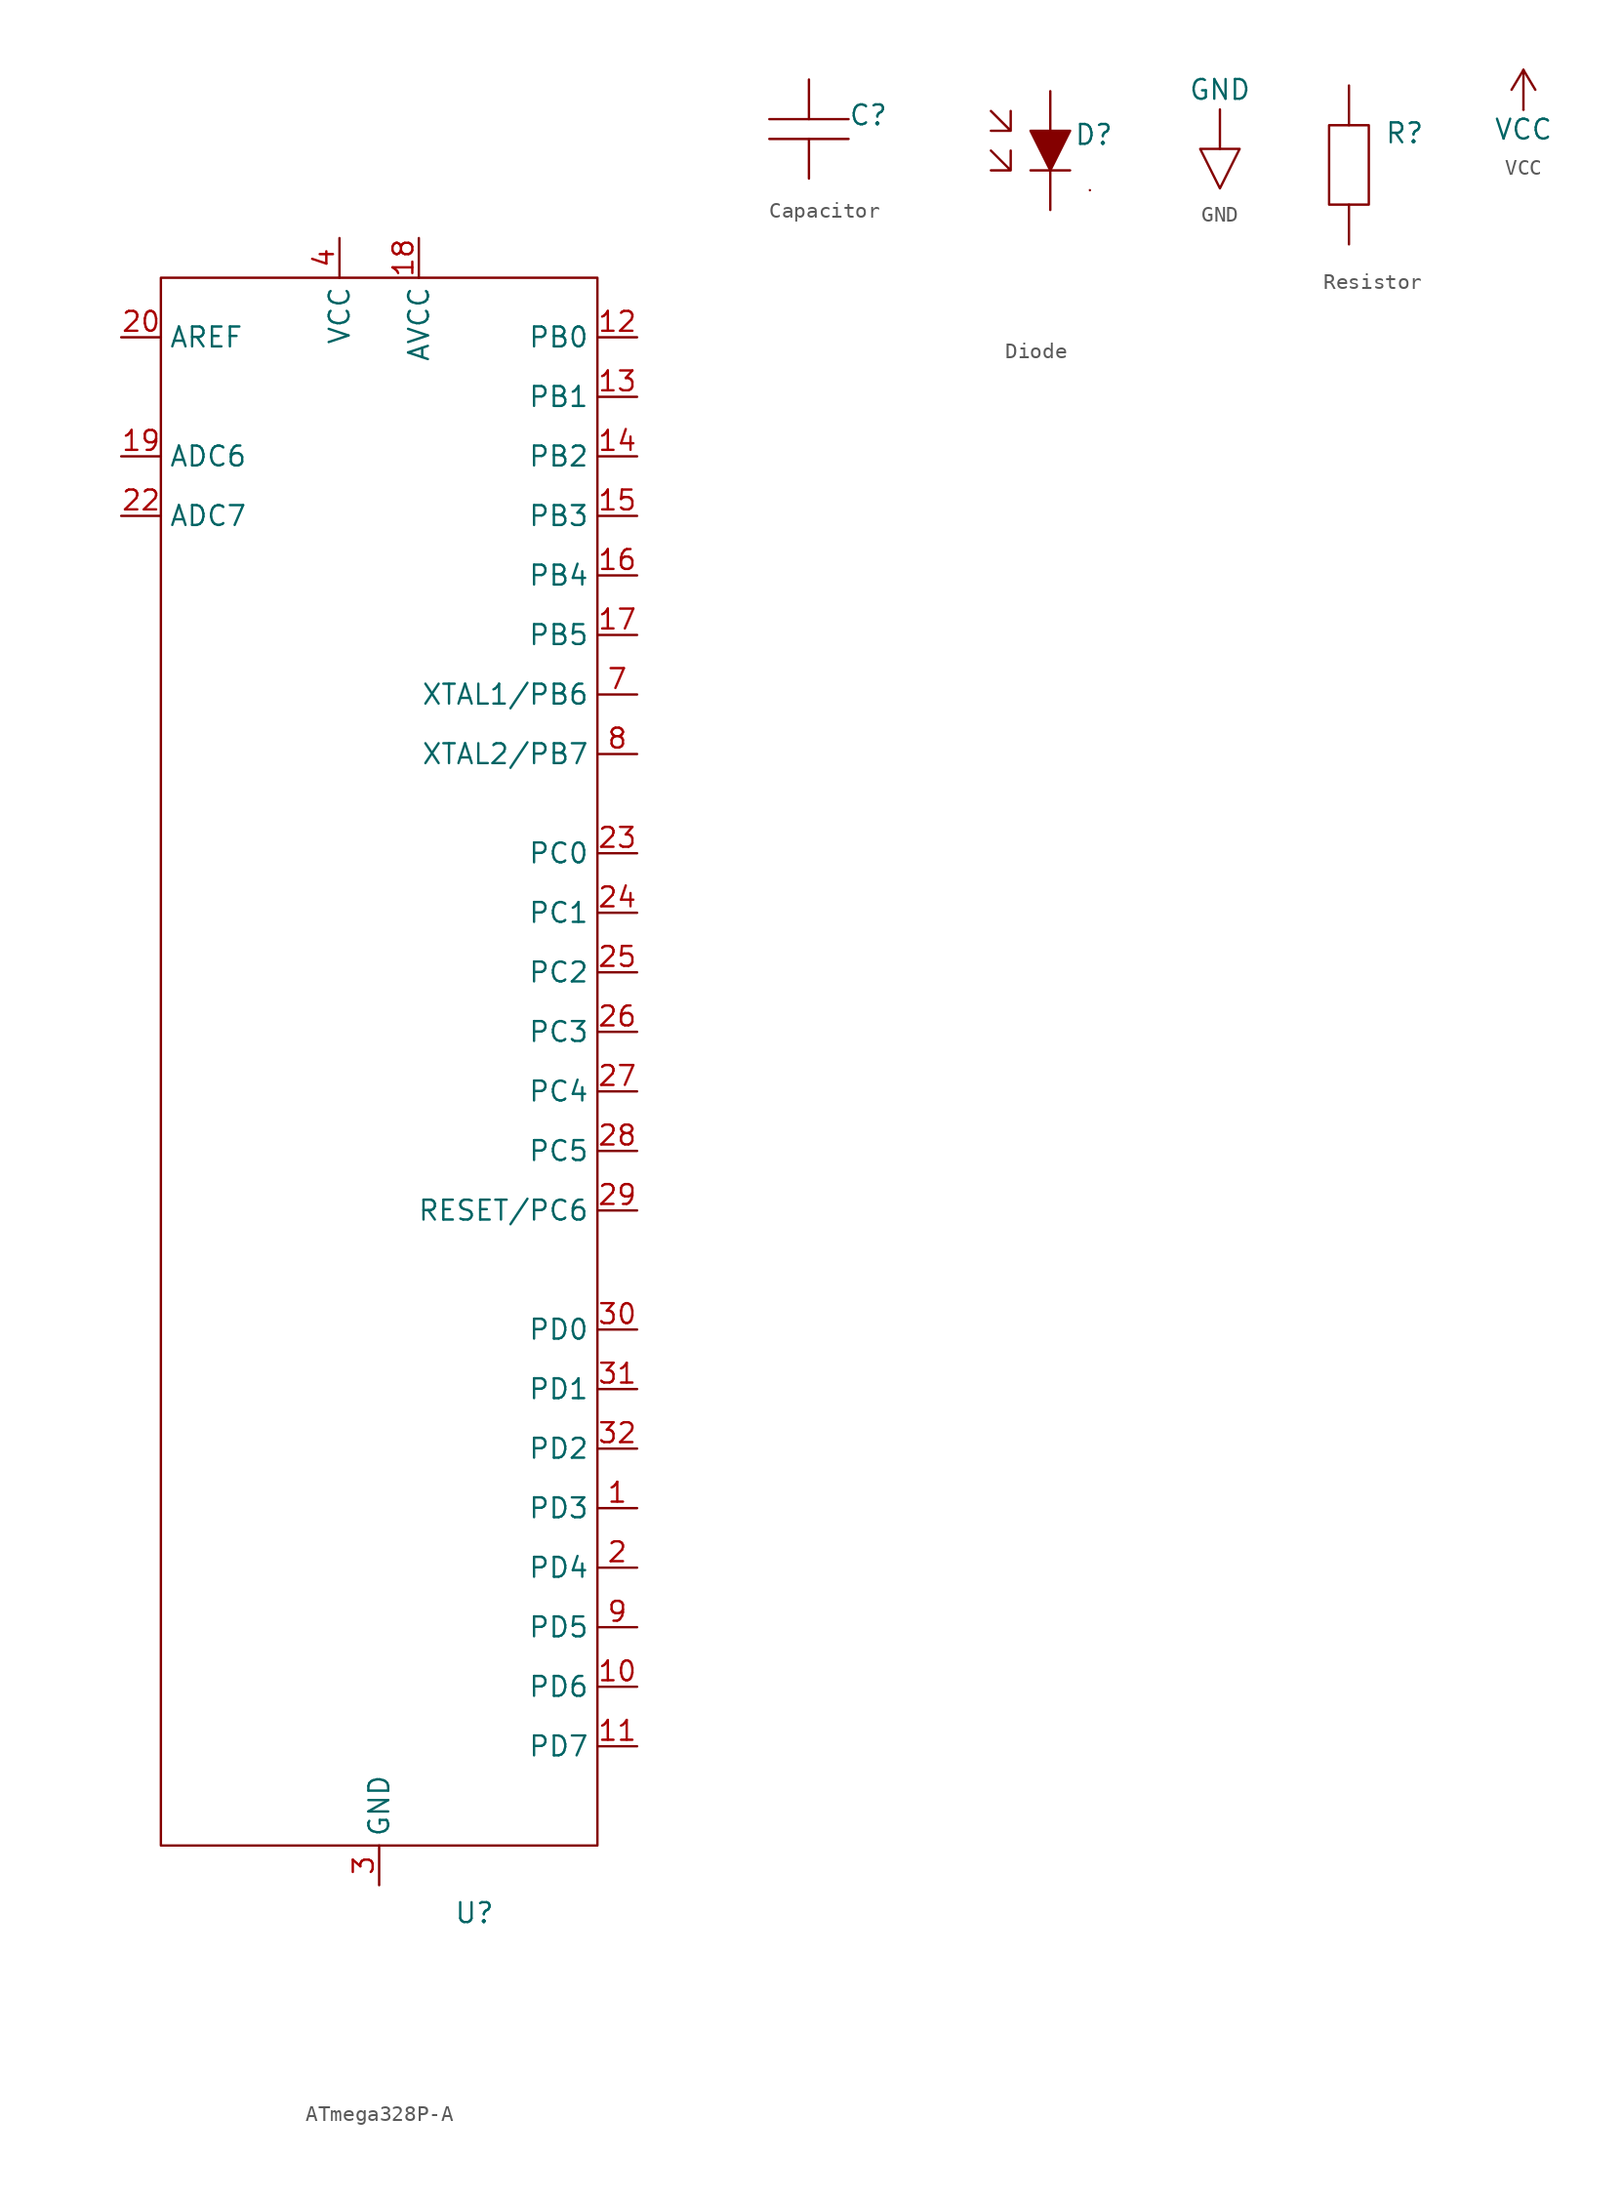
<source format=kicad_sym>
(kicad_symbol_lib
  (version 20241209)
  (generator "kicad_symbol_editor")
  (generator_version "9.0")
  (symbol "ATmega328P-A"
    (property "Reference" "U"
      (at 6.096 -53.848 0)
      (effects (font (size 1.27 1.27))))
    (property "Value" ""
      (at 0 0 0)
      (effects (font (size 1.27 1.27))))
    (symbol "ATmega328P-A_0_1"
      (rectangle (start -13.97 50.8) (end 13.97 -49.53) (stroke (width 0) (type default)) (fill (type none))))
    (symbol "ATmega328P-A_1_0"
      (pin passive line (at -16.51 46.99 0) (length 2.54) (name "AREF" (effects (font (size 1.27 1.27)))) (number "20" (effects (font (size 1.27 1.27)))))
      (pin input line (at -16.51 39.37 0) (length 2.54) (name "ADC6" (effects (font (size 1.27 1.27)))) (number "19" (effects (font (size 1.27 1.27)))))
      (pin input line (at -16.51 35.56 0) (length 2.54) (name "ADC7" (effects (font (size 1.27 1.27)))) (number "22" (effects (font (size 1.27 1.27)))))
      (pin power_in line (at -2.54 53.34 270) (length 2.54) (name "VCC" (effects (font (size 1.27 1.27)))) (number "4" (effects (font (size 1.27 1.27)))))
      (pin power_in line (at 0 -52.07 90) (length 2.54) (name "GND" (effects (font (size 1.27 1.27)))) (number "3" (effects (font (size 1.27 1.27)))))
      (pin power_in line (at 2.54 53.34 270) (length 2.54) (name "AVCC" (effects (font (size 1.27 1.27)))) (number "18" (effects (font (size 1.27 1.27)))))
      (pin bidirectional line (at 16.51 46.99 180) (length 2.54) (name "PB0" (effects (font (size 1.27 1.27)))) (number "12" (effects (font (size 1.27 1.27)))))
      (pin bidirectional line (at 16.51 43.18 180) (length 2.54) (name "PB1" (effects (font (size 1.27 1.27)))) (number "13" (effects (font (size 1.27 1.27)))))
      (pin bidirectional line (at 16.51 39.37 180) (length 2.54) (name "PB2" (effects (font (size 1.27 1.27)))) (number "14" (effects (font (size 1.27 1.27)))))
      (pin bidirectional line (at 16.51 35.56 180) (length 2.54) (name "PB3" (effects (font (size 1.27 1.27)))) (number "15" (effects (font (size 1.27 1.27)))))
      (pin bidirectional line (at 16.51 31.75 180) (length 2.54) (name "PB4" (effects (font (size 1.27 1.27)))) (number "16" (effects (font (size 1.27 1.27)))))
      (pin bidirectional line (at 16.51 27.94 180) (length 2.54) (name "PB5" (effects (font (size 1.27 1.27)))) (number "17" (effects (font (size 1.27 1.27)))))
      (pin bidirectional line (at 16.51 24.13 180) (length 2.54) (name "XTAL1/PB6" (effects (font (size 1.27 1.27)))) (number "7" (effects (font (size 1.27 1.27)))))
      (pin bidirectional line (at 16.51 20.32 180) (length 2.54) (name "XTAL2/PB7" (effects (font (size 1.27 1.27)))) (number "8" (effects (font (size 1.27 1.27)))))
      (pin bidirectional line (at 16.51 13.97 180) (length 2.54) (name "PC0" (effects (font (size 1.27 1.27)))) (number "23" (effects (font (size 1.27 1.27)))))
      (pin bidirectional line (at 16.51 10.16 180) (length 2.54) (name "PC1" (effects (font (size 1.27 1.27)))) (number "24" (effects (font (size 1.27 1.27)))))
      (pin bidirectional line (at 16.51 6.35 180) (length 2.54) (name "PC2" (effects (font (size 1.27 1.27)))) (number "25" (effects (font (size 1.27 1.27)))))
      (pin bidirectional line (at 16.51 2.54 180) (length 2.54) (name "PC3" (effects (font (size 1.27 1.27)))) (number "26" (effects (font (size 1.27 1.27)))))
      (pin bidirectional line (at 16.51 -1.27 180) (length 2.54) (name "PC4" (effects (font (size 1.27 1.27)))) (number "27" (effects (font (size 1.27 1.27)))))
      (pin bidirectional line (at 16.51 -5.08 180) (length 2.54) (name "PC5" (effects (font (size 1.27 1.27)))) (number "28" (effects (font (size 1.27 1.27)))))
      (pin bidirectional line (at 16.51 -8.89 180) (length 2.54) (name "RESET/PC6" (effects (font (size 1.27 1.27)))) (number "29" (effects (font (size 1.27 1.27)))))
      (pin bidirectional line (at 16.51 -16.51 180) (length 2.54) (name "PD0" (effects (font (size 1.27 1.27)))) (number "30" (effects (font (size 1.27 1.27)))))
      (pin bidirectional line (at 16.51 -20.32 180) (length 2.54) (name "PD1" (effects (font (size 1.27 1.27)))) (number "31" (effects (font (size 1.27 1.27)))))
      (pin bidirectional line (at 16.51 -24.13 180) (length 2.54) (name "PD2" (effects (font (size 1.27 1.27)))) (number "32" (effects (font (size 1.27 1.27)))))
      (pin bidirectional line (at 16.51 -27.94 180) (length 2.54) (name "PD3" (effects (font (size 1.27 1.27)))) (number "1" (effects (font (size 1.27 1.27)))))
      (pin bidirectional line (at 16.51 -31.75 180) (length 2.54) (name "PD4" (effects (font (size 1.27 1.27)))) (number "2" (effects (font (size 1.27 1.27)))))
      (pin bidirectional line (at 16.51 -35.56 180) (length 2.54) (name "PD5" (effects (font (size 1.27 1.27)))) (number "9" (effects (font (size 1.27 1.27)))))
      (pin bidirectional line (at 16.51 -39.37 180) (length 2.54) (name "PD6" (effects (font (size 1.27 1.27)))) (number "10" (effects (font (size 1.27 1.27)))))
      (pin bidirectional line (at 16.51 -43.18 180) (length 2.54) (name "PD7" (effects (font (size 1.27 1.27)))) (number "11" (effects (font (size 1.27 1.27)))))))
  (symbol "Capacitor"
    (pin_numbers
      (hide yes))
    (property "Reference" "C"
      (at 0 1.524 0)
      (effects (font (size 1.27 1.27))))
    (property "Value" ""
      (at 0 0 0)
      (effects (font (size 1.27 1.27))))
    (symbol "Capacitor_0_1"
      (polyline (pts (xy -6.35 1.27) (xy -1.27 1.27)) (stroke (width 0) (type default)) (fill (type none)))
      (polyline (pts (xy -6.35 0) (xy -1.27 0)) (stroke (width 0) (type default)) (fill (type none))))
    (symbol "Capacitor_1_1"
      (pin passive line (at -3.81 3.81 270) (length 2.54) (name "" (effects (font (size 1.27 1.27)))) (number "1" (effects (font (size 1.27 1.27)))))
      (pin passive line (at -3.81 -2.54 90) (length 2.54) (name "" (effects (font (size 1.27 1.27)))) (number "2" (effects (font (size 1.27 1.27)))))))
  (symbol "Diode"
    (pin_numbers
      (hide yes))
    (property "Reference" "D"
      (at 2.794 1.016 0)
      (effects (font (size 1.27 1.27))))
    (property "Value" ""
      (at -5.08 -10.16 0)
      (effects (font (size 1.27 1.27))))
    (symbol "Diode_0_1"
      (polyline (pts (xy -3.81 2.54) (xy -2.54 1.27) (xy -2.54 2.54) (xy -2.54 1.27) (xy -3.81 1.27)) (stroke (width 0) (type default)) (fill (type none)))
      (polyline (pts (xy -3.81 0) (xy -2.54 -1.27) (xy -2.54 0) (xy -2.54 -1.27) (xy -3.81 -1.27)) (stroke (width 0) (type default)) (fill (type none)))
      (polyline (pts (xy -1.27 1.27) (xy 0 -1.27) (xy 1.27 1.27) (xy -1.27 1.27)) (stroke (width 0) (type default)) (fill (type outline)))
      (polyline (pts (xy 0 1.27) (xy 0 1.27)) (stroke (width 0) (type default)) (fill (type none)))
      (polyline (pts (xy 0 -1.27) (xy -1.27 -1.27) (xy 1.27 -1.27)) (stroke (width 0) (type default)) (fill (type none)))
      (polyline (pts (xy 2.54 -2.54) (xy 2.54 -2.54)) (stroke (width 0) (type default)) (fill (type none))))
    (symbol "Diode_1_1"
      (pin passive line (at 0 3.81 270) (length 2.54) (name "" (effects (font (size 1.27 1.27)))) (number "1" (effects (font (size 1.27 1.27)))))
      (pin passive line (at 0 -3.81 90) (length 2.54) (name "" (effects (font (size 1.27 1.27)))) (number "2" (effects (font (size 1.27 1.27)))))))
  (symbol "GND"
    (power)
    (pin_numbers
      (hide yes))
    (pin_names
      (hide yes))
    (property "Reference" "#PWR"
      (at -0.254 -7.366 0)
      (effects (font (size 1.27 1.27)) (hide yes)))
    (property "Value" "GND"
      (at 0 0 0)
      (effects (font (size 1.27 1.27))))
    (symbol "GND_0_1"
      (polyline (pts (xy -1.27 -3.81) (xy 1.27 -3.81) (xy 0 -6.35) (xy -1.27 -3.81)) (stroke (width 0) (type default)) (fill (type none))))
    (symbol "GND_1_1"
      (pin power_in line (at 0 -1.27 270) (length 2.54) (name "" (effects (font (size 1.27 1.27)))) (number "1" (effects (font (size 1.27 1.27)))))))
  (symbol "Resistor"
    (pin_numbers
      (hide yes))
    (property "Reference" "R"
      (at -0.254 3.302 0)
      (effects (font (size 1.27 1.27))))
    (property "Value" ""
      (at 0 0 0)
      (effects (font (size 1.27 1.27))))
    (symbol "Resistor_0_1"
      (rectangle (start -5.08 3.81) (end -2.54 -1.27) (stroke (width 0) (type default)) (fill (type none))))
    (symbol "Resistor_1_1"
      (pin passive line (at -3.81 6.35 270) (length 2.54) (name "" (effects (font (size 1.27 1.27)))) (number "1" (effects (font (size 1.27 1.27)))))
      (pin passive line (at -3.81 -3.81 90) (length 2.54) (name "" (effects (font (size 1.27 1.27)))) (number "2" (effects (font (size 1.27 1.27)))))))
  (symbol "VCC"
    (power)
    (pin_numbers
      (hide yes))
    (property "Reference" "#PWR"
      (at 0 0 0)
      (effects (font (size 1.27 1.27)) (hide yes)))
    (property "Value" "VCC"
      (at 0 0 0)
      (effects (font (size 1.27 1.27))))
    (symbol "VCC_0_1"
      (polyline (pts (xy -0.762 2.54) (xy 0 3.81)) (stroke (width 0) (type default)) (fill (type none)))
      (polyline (pts (xy 0 3.81) (xy 0.762 2.54)) (stroke (width 0) (type default)) (fill (type none)))
      (polyline (pts (xy 0 1.27) (xy 0 3.81)) (stroke (width 0) (type default)) (fill (type none))))
    (symbol "VCC_1_1"
      (pin power_in line (at 0 1.27 90) (length 0) (name "~" (effects (font (size 1.27 1.27)))) (number "1" (effects (font (size 1.27 1.27))))))))
</source>
